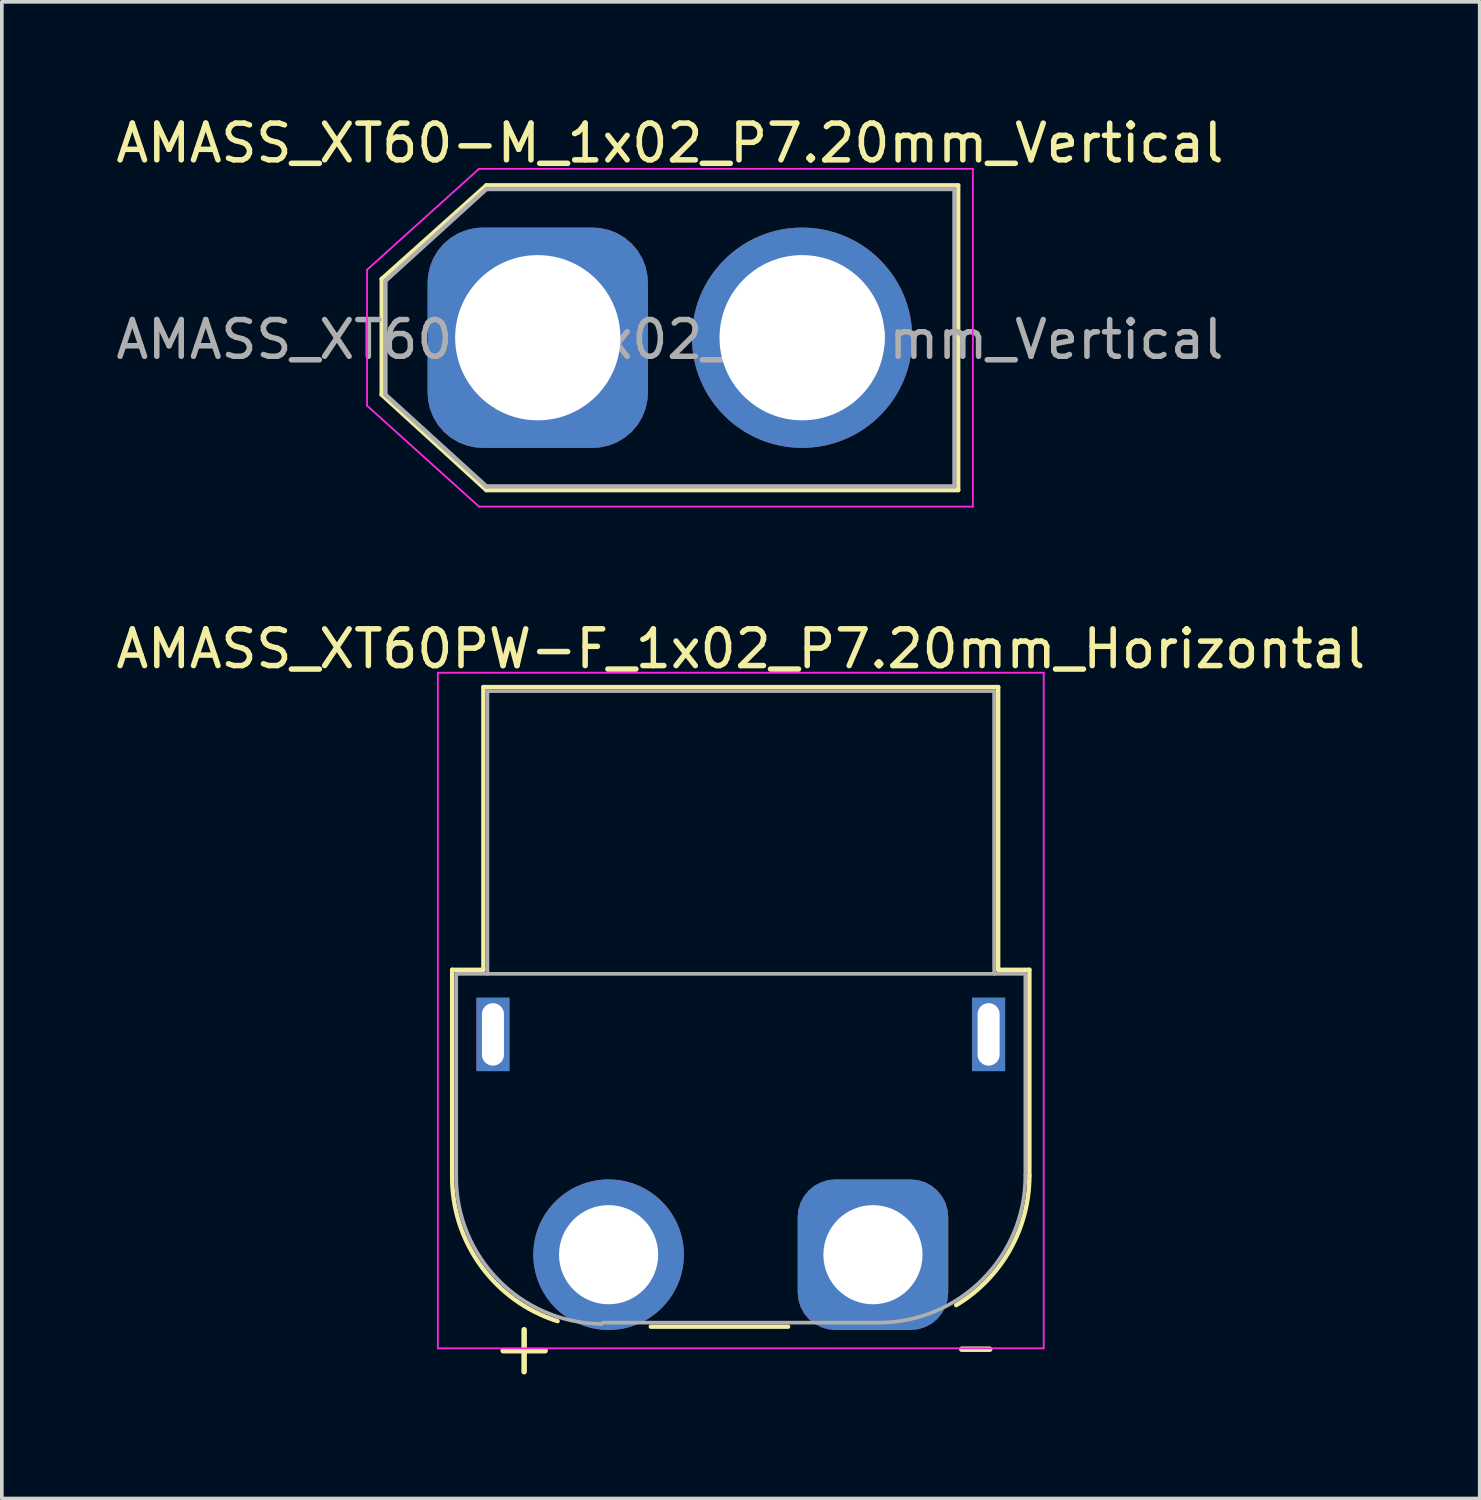
<source format=kicad_pcb>
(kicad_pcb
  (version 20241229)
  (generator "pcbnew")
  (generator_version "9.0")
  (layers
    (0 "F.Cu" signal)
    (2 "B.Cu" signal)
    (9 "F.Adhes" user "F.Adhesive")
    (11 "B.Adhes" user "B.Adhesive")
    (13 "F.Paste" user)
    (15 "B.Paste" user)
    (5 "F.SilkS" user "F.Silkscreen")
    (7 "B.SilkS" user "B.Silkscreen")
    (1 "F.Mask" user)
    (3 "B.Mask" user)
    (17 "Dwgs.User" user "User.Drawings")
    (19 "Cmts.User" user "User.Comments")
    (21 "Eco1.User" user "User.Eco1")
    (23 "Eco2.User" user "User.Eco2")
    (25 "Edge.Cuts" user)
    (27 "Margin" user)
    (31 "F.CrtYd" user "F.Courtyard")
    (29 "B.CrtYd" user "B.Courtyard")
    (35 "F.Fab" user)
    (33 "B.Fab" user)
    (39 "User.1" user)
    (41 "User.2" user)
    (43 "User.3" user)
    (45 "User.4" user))
  (footprint "AMASS_XT60-M_1x02_P7.20mm_Vertical"
    (layer "F.Cu")
    (at 11.596 6.148)
    (property "Reference" "AMASS_XT60-M_1x02_P7.20mm_Vertical" (at 3.6 -5.3 180) (layer "F.SilkS") (effects (font (size 1 1) (thickness 0.15))))
    (attr through_hole)
    (fp_line (start -4.25 -1.6) (end -4.25 1.55) (stroke (width 0.12) (type solid)) (layer "F.SilkS"))
    (fp_line (start -4.25 1.55) (end -1.4 4.15) (stroke (width 0.12) (type solid)) (layer "F.SilkS"))
    (fp_line (start -1.4 -4.15) (end -4.25 -1.6) (stroke (width 0.12) (type solid)) (layer "F.SilkS"))
    (fp_line (start -1.4 4.15) (end 11.45 4.15) (stroke (width 0.12) (type solid)) (layer "F.SilkS"))
    (fp_line (start 11.45 -4.15) (end -1.4 -4.15) (stroke (width 0.12) (type solid)) (layer "F.SilkS"))
    (fp_line (start 11.45 4.15) (end 11.45 -4.15) (stroke (width 0.12) (type solid)) (layer "F.SilkS"))
    (fp_line (start -4.65 -1.85) (end -1.6 -4.6) (stroke (width 0.05) (type solid)) (layer "F.CrtYd"))
    (fp_line (start -4.65 1.85) (end -4.65 -1.85) (stroke (width 0.05) (type solid)) (layer "F.CrtYd"))
    (fp_line (start -1.6 -4.6) (end 11.85 -4.6) (stroke (width 0.05) (type solid)) (layer "F.CrtYd"))
    (fp_line (start -1.6 4.6) (end -4.65 1.85) (stroke (width 0.05) (type solid)) (layer "F.CrtYd"))
    (fp_line (start 11.85 -4.6) (end 11.85 4.6) (stroke (width 0.05) (type solid)) (layer "F.CrtYd"))
    (fp_line (start 11.85 4.6) (end -1.6 4.6) (stroke (width 0.05) (type solid)) (layer "F.CrtYd"))
    (fp_line (start -4.15 -1.55) (end -4.15 1.55) (stroke (width 0.12) (type solid)) (layer "F.Fab"))
    (fp_line (start -4.15 1.55) (end -1.4 4.05) (stroke (width 0.12) (type solid)) (layer "F.Fab"))
    (fp_line (start -1.4 -4.05) (end -4.15 -1.55) (stroke (width 0.12) (type solid)) (layer "F.Fab"))
    (fp_line (start -1.4 4.05) (end 11.35 4.05) (stroke (width 0.12) (type solid)) (layer "F.Fab"))
    (fp_line (start 11.35 -4.05) (end -1.4 -4.05) (stroke (width 0.12) (type solid)) (layer "F.Fab"))
    (fp_line (start 11.35 4.05) (end 11.35 -4.05) (stroke (width 0.12) (type solid)) (layer "F.Fab"))
    (fp_text user "${REFERENCE}" (at 3.6 0.05 0) (layer "F.Fab") (effects (font (size 1 1) (thickness 0.15))))
    (pad "1" thru_hole roundrect (at 0 0) (size 6 6) (drill 4.5) (layers "*.Cu" "*.Mask") (roundrect_rratio 0.25))
    (pad "2" thru_hole circle (at 7.2 0) (size 6 6) (drill 4.5) (layers "*.Cu" "*.Mask")))
  (footprint "AMASS_XT60PW-F_1x02_P7.20mm_Horizontal"
    (layer "F.Cu")
    (at 20.725 31.122)
    (property "Reference" "AMASS_XT60PW-F_1x02_P7.20mm_Horizontal" (at -3.6 -16.5 0) (layer "F.SilkS") (effects (font (size 1 1) (thickness 0.15))))
    (attr through_hole)
    (fp_line (start -11.46 -7.76) (end -11.46 -2.15) (stroke (width 0.12) (type solid)) (layer "F.SilkS"))
    (fp_line (start -11.46 -7.76) (end -10.61 -7.76) (stroke (width 0.12) (type solid)) (layer "F.SilkS"))
    (fp_line (start -10.61 -15.46) (end -10.61 -7.76) (stroke (width 0.12) (type solid)) (layer "F.SilkS"))
    (fp_line (start -10.61 -15.46) (end 3.41 -15.46) (stroke (width 0.12) (type solid)) (layer "F.SilkS"))
    (fp_line (start -6.05 1.96) (end -2.31 1.96) (stroke (width 0.12) (type solid)) (layer "F.SilkS"))
    (fp_line (start 3.41 -15.46) (end 3.41 -7.76) (stroke (width 0.12) (type solid)) (layer "F.SilkS"))
    (fp_line (start 3.41 -7.76) (end 4.26 -7.76) (stroke (width 0.12) (type solid)) (layer "F.SilkS"))
    (fp_line (start 4.26 -7.76) (end 4.26 -2.15) (stroke (width 0.12) (type solid)) (layer "F.SilkS"))
    (fp_arc (start -8.5899 1.808718) (mid -10.677645 0.302568) (end -11.46 -2.15) (stroke (width 0.12) (type solid)) (layer "F.SilkS"))
    (fp_arc (start 4.26 -2.15) (mid 3.727162 -0.126139) (end 2.266806 1.372958) (stroke (width 0.12) (type solid)) (layer "F.SilkS"))
    (fp_line (start -11.85 -15.85) (end -11.85 2.55) (stroke (width 0.05) (type solid)) (layer "F.CrtYd"))
    (fp_line (start -11.85 -15.85) (end 4.65 -15.85) (stroke (width 0.05) (type solid)) (layer "F.CrtYd"))
    (fp_line (start 4.65 2.55) (end -11.85 2.55) (stroke (width 0.05) (type solid)) (layer "F.CrtYd"))
    (fp_line (start 4.65 2.55) (end 4.65 -15.85) (stroke (width 0.05) (type solid)) (layer "F.CrtYd"))
    (fp_line (start -11.35 -7.65) (end -11.35 -2.15) (stroke (width 0.1) (type solid)) (layer "F.Fab"))
    (fp_line (start -11.35 -7.65) (end 4.15 -7.65) (stroke (width 0.1) (type solid)) (layer "F.Fab"))
    (fp_line (start -10.5 -15.35) (end 3.3 -15.35) (stroke (width 0.1) (type solid)) (layer "F.Fab"))
    (fp_line (start -10.5 -7.65) (end -10.5 -15.35) (stroke (width 0.1) (type solid)) (layer "F.Fab"))
    (fp_line (start -7.35 1.85) (end 0.15 1.85) (stroke (width 0.1) (type solid)) (layer "F.Fab"))
    (fp_line (start 3.3 -7.65) (end 3.3 -15.35) (stroke (width 0.1) (type solid)) (layer "F.Fab"))
    (fp_line (start 4.15 -7.65) (end 4.15 -2.15) (stroke (width 0.1) (type solid)) (layer "F.Fab"))
    (fp_arc (start -7.385 1.885) (mid -10.203176 0.688678) (end -11.35 -2.15) (stroke (width 0.1) (type solid)) (layer "F.Fab"))
    (fp_arc (start 4.15 -2.15) (mid 2.978427 0.678427) (end 0.15 1.85) (stroke (width 0.1) (type solid)) (layer "F.Fab"))
    (fp_text user "+" (at -9.5 2.5 0) (layer "F.SilkS") (effects (font (size 1.5 1.5) (thickness 0.15))))
    (fp_text user "-" (at 2.8 2.5 0) (layer "F.SilkS") (effects (font (size 1 1) (thickness 0.15))))
    (pad "" thru_hole rect (at -10.35 -6) (size 0.9 2) (drill oval 0.6 1.7) (layers "*.Cu" "*.Mask"))
    (pad "" thru_hole rect (at 3.15 -6) (size 0.9 2) (drill oval 0.6 1.7) (layers "*.Cu" "*.Mask"))
    (pad "1" thru_hole roundrect (at 0 0) (size 4.1 4.1) (drill 2.7) (layers "*.Cu" "*.Mask") (roundrect_rratio 0.25))
    (pad "2" thru_hole circle (at -7.2 0) (size 4.1 4.1) (drill 2.7) (layers "*.Cu" "*.Mask")))
  (gr_rect
    (start -3 -3)
    (end 37.25 37.762)
    (stroke (width 0.1) (type default))
    (fill no)
    (layer "Edge.Cuts")))
</source>
